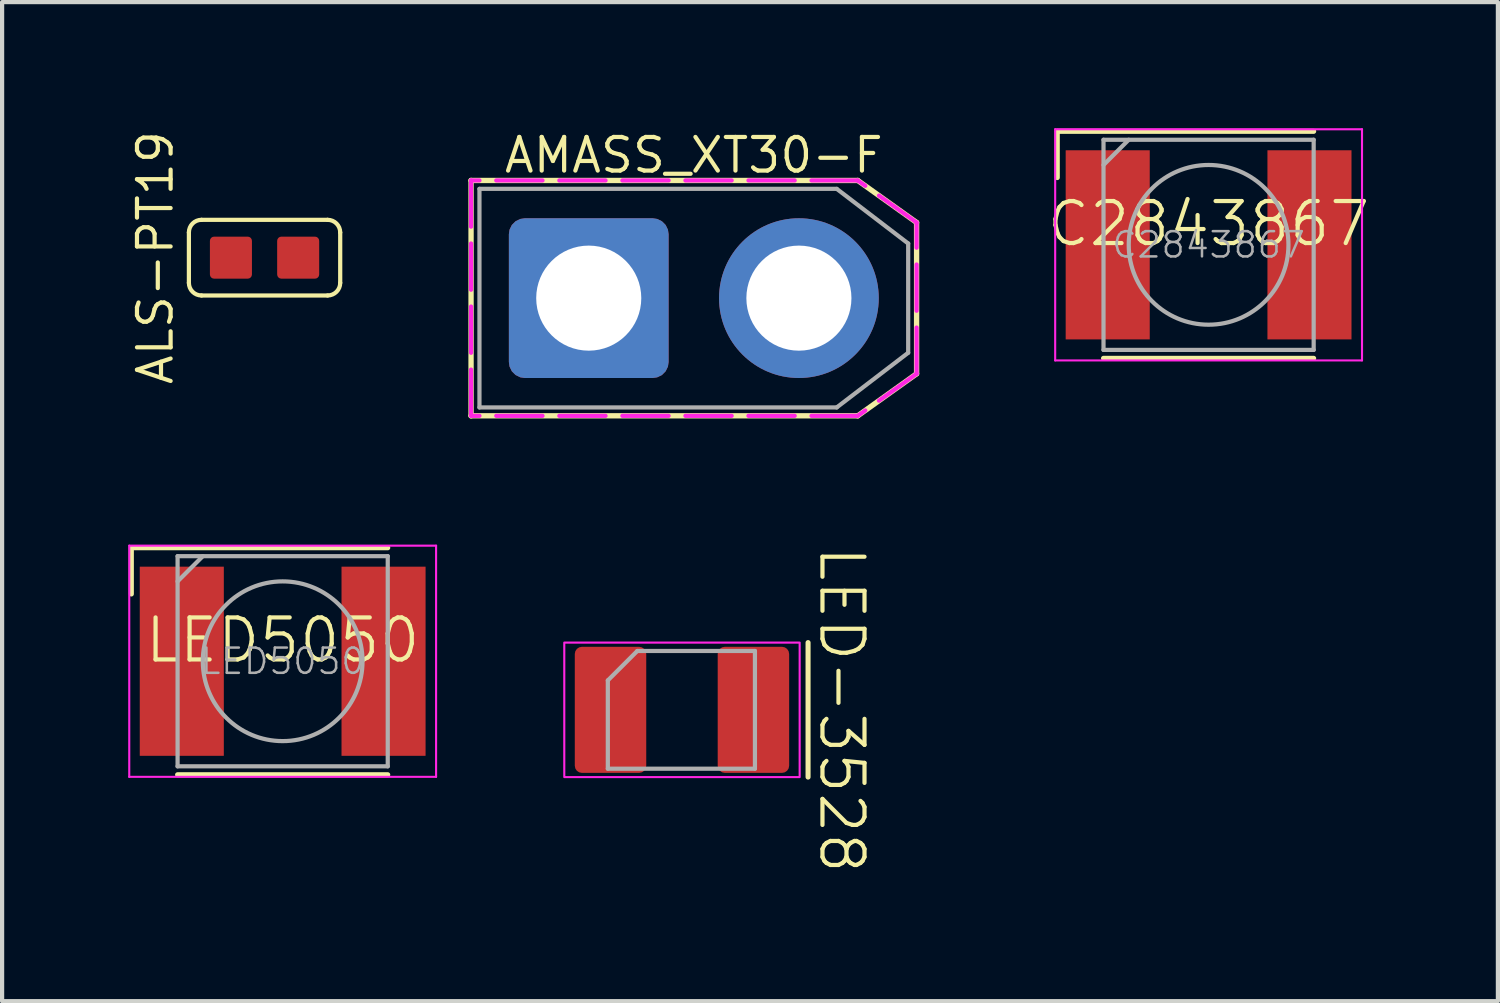
<source format=kicad_pcb>
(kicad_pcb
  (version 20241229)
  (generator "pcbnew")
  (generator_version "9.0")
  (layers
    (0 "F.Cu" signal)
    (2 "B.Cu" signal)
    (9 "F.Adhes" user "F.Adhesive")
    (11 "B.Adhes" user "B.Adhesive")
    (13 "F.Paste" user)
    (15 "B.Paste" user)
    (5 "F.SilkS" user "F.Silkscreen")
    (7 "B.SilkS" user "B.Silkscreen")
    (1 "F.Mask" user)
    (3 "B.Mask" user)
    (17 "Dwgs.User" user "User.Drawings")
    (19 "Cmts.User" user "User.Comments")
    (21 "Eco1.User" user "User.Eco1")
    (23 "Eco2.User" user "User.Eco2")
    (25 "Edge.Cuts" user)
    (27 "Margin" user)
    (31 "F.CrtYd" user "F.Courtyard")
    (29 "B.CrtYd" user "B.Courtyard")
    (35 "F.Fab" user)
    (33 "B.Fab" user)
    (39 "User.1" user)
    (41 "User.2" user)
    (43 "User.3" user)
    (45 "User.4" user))
  (footprint "AMASS_XT30-F"
    (layer "F.Cu")
    (at 13.457 4.043)
    (property "Reference" "AMASS_XT30-F" (at 0 -3.4 180) (layer "F.SilkS") (effects (font (size 0.8 0.8) (thickness 0.1))))
    (attr through_hole)
    (fp_line (start -5.3 2.8) (end -5.3 -2.8) (stroke (width 0.127) (type solid)) (layer "F.SilkS"))
    (fp_line (start 3.9 -2.8) (end -5.3 -2.8) (stroke (width 0.127) (type solid)) (layer "F.SilkS"))
    (fp_line (start 3.9 2.8) (end -5.3 2.8) (stroke (width 0.127) (type solid)) (layer "F.SilkS"))
    (fp_line (start 5.3 -1.8) (end 3.9 -2.8) (stroke (width 0.127) (type solid)) (layer "F.SilkS"))
    (fp_line (start 5.3 1.8) (end 3.9 2.8) (stroke (width 0.127) (type solid)) (layer "F.SilkS"))
    (fp_line (start 5.3 1.8) (end 5.3 -1.8) (stroke (width 0.127) (type solid)) (layer "F.SilkS"))
    (fp_line (start -5.3 2.8) (end -5.3 -2.8) (stroke (width 0.1) (type dash)) (layer "F.CrtYd"))
    (fp_line (start 3.9 -2.8) (end -5.3 -2.8) (stroke (width 0.1) (type dash)) (layer "F.CrtYd"))
    (fp_line (start 3.9 2.8) (end -5.3 2.8) (stroke (width 0.1) (type dash)) (layer "F.CrtYd"))
    (fp_line (start 5.3 -1.8) (end 3.9 -2.8) (stroke (width 0.1) (type dash)) (layer "F.CrtYd"))
    (fp_line (start 5.3 1.8) (end 3.9 2.8) (stroke (width 0.1) (type dash)) (layer "F.CrtYd"))
    (fp_line (start 5.3 1.8) (end 5.3 -1.8) (stroke (width 0.1) (type dash)) (layer "F.CrtYd"))
    (fp_line (start -5.1 2.6) (end -5.1 -2.6) (stroke (width 0.1) (type solid)) (layer "F.Fab"))
    (fp_line (start 3.4 -2.6) (end -5.1 -2.6) (stroke (width 0.1) (type solid)) (layer "F.Fab"))
    (fp_line (start 3.4 2.6) (end -5.1 2.6) (stroke (width 0.1) (type solid)) (layer "F.Fab"))
    (fp_line (start 5.1 -1.3) (end 3.4 -2.6) (stroke (width 0.1) (type solid)) (layer "F.Fab"))
    (fp_line (start 5.1 1.3) (end 3.4 2.6) (stroke (width 0.1) (type solid)) (layer "F.Fab"))
    (fp_line (start 5.1 1.3) (end 5.1 -1.3) (stroke (width 0.1) (type solid)) (layer "F.Fab"))
    (pad "1" thru_hole circle (at 2.5 0 180) (size 3.8 3.8) (drill 2.5) (layers "*.Cu" "*.Mask"))
    (pad "2" thru_hole roundrect (at -2.5 0 180) (size 3.8 3.8) (drill 2.5) (layers "*.Cu" "*.Mask") (roundrect_rratio 0.1)))
  (footprint "ALS-PT19"
    (layer "F.Cu")
    (at 3.244 3.08)
    (property "Reference" "ALS-PT19" (at -2.6 0 90) (unlocked yes) (layer "F.SilkS") (effects (font (size 0.8 0.8) (thickness 0.1))))
    (attr smd)
    (fp_line (start -1.8 0.6) (end -1.8 -0.6) (stroke (width 0.1) (type default)) (layer "F.SilkS"))
    (fp_line (start -1.5 -0.9) (end 1.5 -0.9) (stroke (width 0.1) (type default)) (layer "F.SilkS"))
    (fp_line (start -1.5 0.9) (end 1.5 0.9) (stroke (width 0.1) (type default)) (layer "F.SilkS"))
    (fp_line (start 1.8 -0.6) (end 1.8 0.6) (stroke (width 0.1) (type default)) (layer "F.SilkS"))
    (fp_arc (start -1.8 -0.6) (mid -1.712132 -0.812132) (end -1.5 -0.9) (stroke (width 0.1) (type default)) (layer "F.SilkS"))
    (fp_arc (start -1.5 0.9) (mid -1.712132 0.812132) (end -1.8 0.6) (stroke (width 0.1) (type default)) (layer "F.SilkS"))
    (fp_arc (start 1.5 -0.9) (mid 1.712132 -0.812132) (end 1.8 -0.6) (stroke (width 0.1) (type default)) (layer "F.SilkS"))
    (fp_arc (start 1.8 0.6) (mid 1.712132 0.812132) (end 1.5 0.9) (stroke (width 0.1) (type default)) (layer "F.SilkS"))
    (pad "1" smd roundrect (at -0.8 0) (size 1 1) (layers "F.Cu" "F.Mask") (roundrect_rratio 0.1))
    (pad "2" smd roundrect (at 0.8 0) (size 1 1) (layers "F.Cu" "F.Mask") (roundrect_rratio 0.1)))
  (footprint "LED5050"
    (layer "F.Cu")
    (at 3.675 12.682)
    (property "Reference" "LED5050" (at 0 -0.5 0) (unlocked yes) (layer "F.SilkS") (effects (font (size 1 1) (thickness 0.1))))
    (attr smd)
    (fp_line (start -3.6 -2.7) (end 2.5 -2.7) (stroke (width 0.12) (type solid)) (layer "F.SilkS"))
    (fp_line (start -3.6 -1.6) (end -3.6 -2.7) (stroke (width 0.12) (type solid)) (layer "F.SilkS"))
    (fp_line (start 2.5 2.7) (end -2.5 2.7) (stroke (width 0.12) (type solid)) (layer "F.SilkS"))
    (fp_line (start -3.65 -2.75) (end -3.65 2.75) (stroke (width 0.05) (type solid)) (layer "F.CrtYd"))
    (fp_line (start -3.65 2.75) (end 3.65 2.75) (stroke (width 0.05) (type solid)) (layer "F.CrtYd"))
    (fp_line (start 3.65 -2.75) (end -3.65 -2.75) (stroke (width 0.05) (type solid)) (layer "F.CrtYd"))
    (fp_line (start 3.65 2.75) (end 3.65 -2.75) (stroke (width 0.05) (type solid)) (layer "F.CrtYd"))
    (fp_line (start -2.5 -2.5) (end -2.5 2.5) (stroke (width 0.1) (type solid)) (layer "F.Fab"))
    (fp_line (start -2.5 -1.9) (end -1.9 -2.5) (stroke (width 0.1) (type solid)) (layer "F.Fab"))
    (fp_line (start -2.5 2.5) (end 2.5 2.5) (stroke (width 0.1) (type solid)) (layer "F.Fab"))
    (fp_line (start 2.5 -2.5) (end -2.5 -2.5) (stroke (width 0.1) (type solid)) (layer "F.Fab"))
    (fp_line (start 2.5 2.5) (end 2.5 -2.5) (stroke (width 0.1) (type solid)) (layer "F.Fab"))
    (fp_circle (center 0 0) (end 0 -1.9) (stroke (width 0.1) (type solid)) (fill no) (layer "F.Fab"))
    (fp_text user "${REFERENCE}" (at 0 0 0) (layer "F.Fab") (effects (font (size 0.6 0.6) (thickness 0.06))))
    (pad "1" smd rect (at -2.4 0 90) (size 4.5 2) (layers "F.Cu" "F.Mask" "F.Paste"))
    (pad "2" smd rect (at 2.4 0 90) (size 4.5 2) (layers "F.Cu" "F.Mask" "F.Paste")))
  (footprint "C2843867"
    (layer "F.Cu")
    (at 25.704 2.775)
    (property "Reference" "C2843867" (at 0 -0.5 0) (unlocked yes) (layer "F.SilkS") (effects (font (size 1 1) (thickness 0.1))))
    (attr smd)
    (fp_line (start -3.6 -2.7) (end 2.5 -2.7) (stroke (width 0.12) (type solid)) (layer "F.SilkS"))
    (fp_line (start -3.6 -1.6) (end -3.6 -2.7) (stroke (width 0.12) (type solid)) (layer "F.SilkS"))
    (fp_line (start 2.5 2.7) (end -2.5 2.7) (stroke (width 0.12) (type solid)) (layer "F.SilkS"))
    (fp_line (start -3.65 -2.75) (end -3.65 2.75) (stroke (width 0.05) (type solid)) (layer "F.CrtYd"))
    (fp_line (start -3.65 2.75) (end 3.65 2.75) (stroke (width 0.05) (type solid)) (layer "F.CrtYd"))
    (fp_line (start 3.65 -2.75) (end -3.65 -2.75) (stroke (width 0.05) (type solid)) (layer "F.CrtYd"))
    (fp_line (start 3.65 2.75) (end 3.65 -2.75) (stroke (width 0.05) (type solid)) (layer "F.CrtYd"))
    (fp_line (start -2.5 -2.5) (end -2.5 2.5) (stroke (width 0.1) (type solid)) (layer "F.Fab"))
    (fp_line (start -2.5 -1.9) (end -1.9 -2.5) (stroke (width 0.1) (type solid)) (layer "F.Fab"))
    (fp_line (start -2.5 2.5) (end 2.5 2.5) (stroke (width 0.1) (type solid)) (layer "F.Fab"))
    (fp_line (start 2.5 -2.5) (end -2.5 -2.5) (stroke (width 0.1) (type solid)) (layer "F.Fab"))
    (fp_line (start 2.5 2.5) (end 2.5 -2.5) (stroke (width 0.1) (type solid)) (layer "F.Fab"))
    (fp_circle (center 0 0) (end 0 -1.9) (stroke (width 0.1) (type solid)) (fill no) (layer "F.Fab"))
    (fp_text user "${REFERENCE}" (at 0 0 0) (layer "F.Fab") (effects (font (size 0.6 0.6) (thickness 0.06))))
    (pad "1" smd rect (at -2.4 0 90) (size 4.5 2) (layers "F.Cu" "F.Mask" "F.Paste"))
    (pad "2" smd rect (at 2.4 0 90) (size 4.5 2) (layers "F.Cu" "F.Mask" "F.Paste")))
  (footprint "LED-3528"
    (layer "F.Cu")
    (at 13.175 13.838)
    (property "Reference" "LED-3528" (at 3.8 0 270) (unlocked yes) (layer "F.SilkS") (effects (font (size 1 1) (thickness 0.1))))
    (attr smd)
    (fp_line (start 3 -1.6) (end 3 1.6) (stroke (width 0.12) (type solid)) (layer "F.SilkS"))
    (fp_rect (start -2.8 -1.6) (end 2.8 1.6) (stroke (width 0.05) (type solid)) (fill no) (layer "F.CrtYd"))
    (fp_line (start -1.764 -0.7) (end -1.764 1.4) (stroke (width 0.1) (type solid)) (layer "F.Fab"))
    (fp_line (start -1.764 1.4) (end 1.736 1.4) (stroke (width 0.1) (type solid)) (layer "F.Fab"))
    (fp_line (start -1.063 -1.4) (end -1.764 -0.7) (stroke (width 0.1) (type solid)) (layer "F.Fab"))
    (fp_line (start 1.736 -1.4) (end -1.063 -1.4) (stroke (width 0.1) (type solid)) (layer "F.Fab"))
    (fp_line (start 1.736 1.4) (end 1.736 -1.4) (stroke (width 0.1) (type solid)) (layer "F.Fab"))
    (pad "1" smd roundrect (at -1.7 0) (size 1.7 3) (layers "F.Cu" "F.Mask" "F.Paste") (roundrect_rratio 0.1))
    (pad "2" smd roundrect (at 1.7 0) (size 1.7 3) (layers "F.Cu" "F.Mask" "F.Paste") (roundrect_rratio 0.1)))
  (gr_rect
    (start -3 -3)
    (end 32.587 20.769)
    (stroke (width 0.1) (type default))
    (fill no)
    (layer "Edge.Cuts")))
</source>
